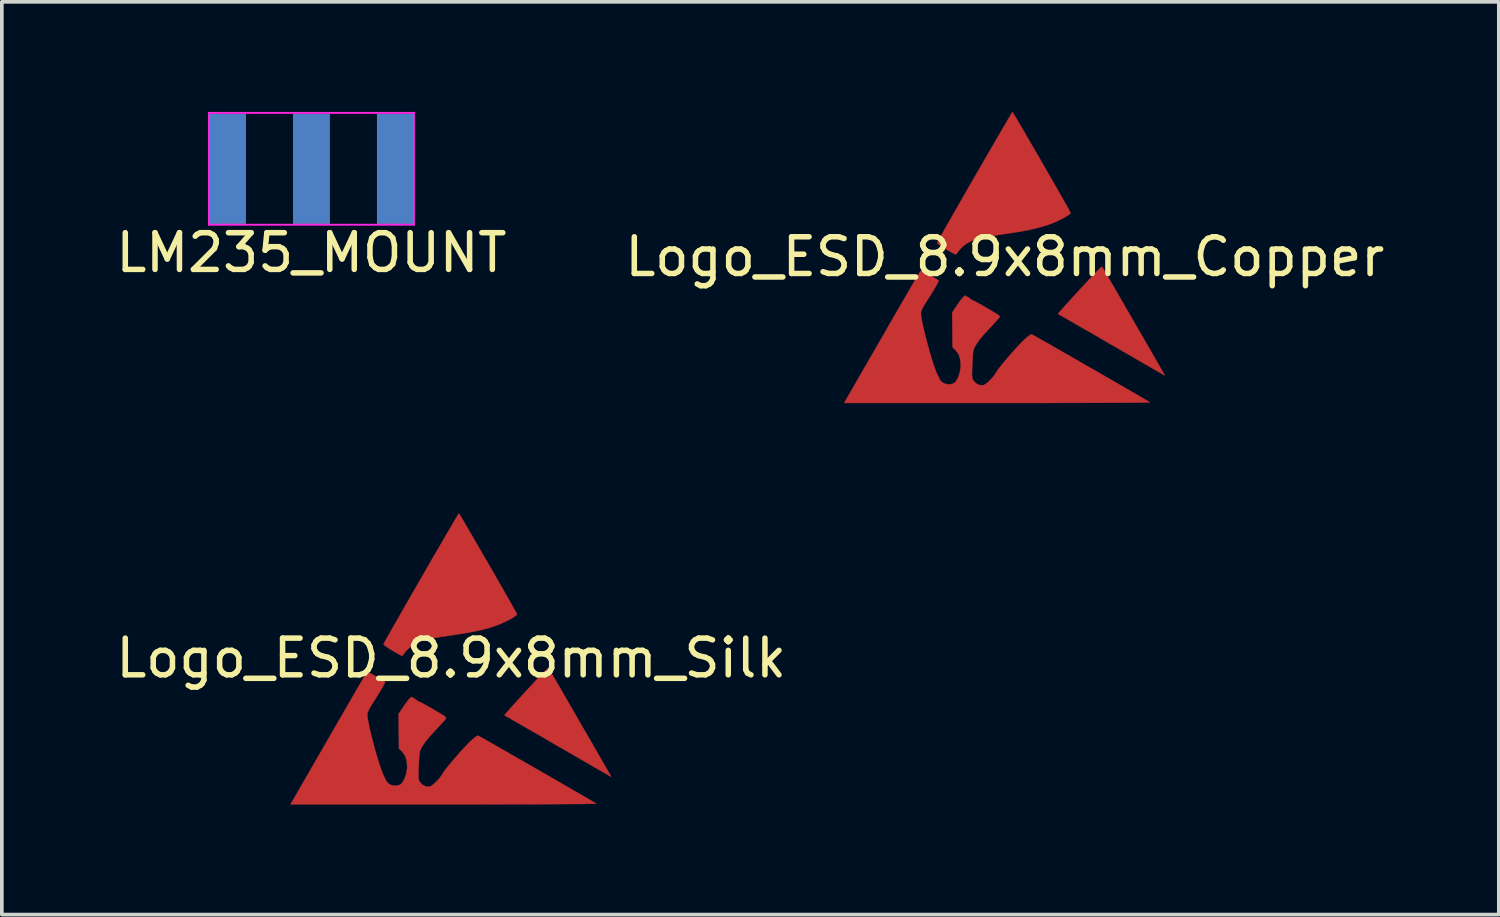
<source format=kicad_pcb>
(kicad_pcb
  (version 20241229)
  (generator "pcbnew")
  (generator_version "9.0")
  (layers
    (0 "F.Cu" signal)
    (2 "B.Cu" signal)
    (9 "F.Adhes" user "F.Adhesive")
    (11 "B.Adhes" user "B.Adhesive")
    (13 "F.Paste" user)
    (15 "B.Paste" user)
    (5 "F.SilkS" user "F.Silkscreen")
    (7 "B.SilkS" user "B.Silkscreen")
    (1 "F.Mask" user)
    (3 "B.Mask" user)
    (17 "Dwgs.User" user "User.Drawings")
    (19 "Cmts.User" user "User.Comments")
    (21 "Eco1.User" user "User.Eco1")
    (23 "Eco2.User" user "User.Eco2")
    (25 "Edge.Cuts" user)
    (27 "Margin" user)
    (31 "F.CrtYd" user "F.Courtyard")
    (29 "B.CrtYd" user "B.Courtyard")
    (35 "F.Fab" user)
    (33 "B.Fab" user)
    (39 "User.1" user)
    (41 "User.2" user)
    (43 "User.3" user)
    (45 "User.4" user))
  (footprint "Logo_ESD_8.9x8mm_Silk"
    (layer "F.Cu")
    (at 9.244 14.881)
    (property "Reference" "Logo_ESD_8.9x8mm_Silk" (at 0 0 0) (layer "F.SilkS") (effects (font (size 1 1) (thickness 0.15))))
    (attr exclude_from_pos_files exclude_from_bom)
    (fp_poly (pts (xy 2.676 0.316) (xy 2.691 0.342) (xy 2.726 0.4) (xy 2.778 0.49) (xy 2.845 0.606) (xy 2.927 0.747) (xy 3.021 0.909) (xy 3.125 1.09) (xy 3.239 1.286) (xy 3.359 1.495) (xy 3.483 1.71) (xy 3.61 1.93) (xy 3.732 2.14) (xy 3.846 2.339) (xy 3.953 2.524) (xy 4.049 2.69) (xy 4.132 2.835) (xy 4.202 2.956) (xy 4.256 3.05) (xy 4.293 3.114) (xy 4.311 3.144) (xy 4.339 3.194) (xy 4.354 3.226) (xy 4.355 3.231) (xy 4.336 3.221) (xy 4.284 3.191) (xy 4.202 3.144) (xy 4.091 3.08) (xy 3.955 3.002) (xy 3.797 2.911) (xy 3.619 2.808) (xy 3.424 2.695) (xy 3.214 2.574) (xy 2.993 2.446) (xy 2.909 2.398) (xy 2.684 2.268) (xy 2.47 2.143) (xy 2.268 2.027) (xy 2.082 1.92) (xy 1.915 1.824) (xy 1.769 1.74) (xy 1.647 1.67) (xy 1.552 1.615) (xy 1.487 1.578) (xy 1.454 1.56) (xy 1.45 1.558) (xy 1.46 1.542) (xy 1.495 1.5) (xy 1.552 1.435) (xy 1.626 1.351) (xy 1.715 1.253) (xy 1.814 1.144) (xy 1.92 1.027) (xy 2.03 0.908) (xy 2.14 0.789) (xy 2.246 0.675) (xy 2.345 0.57) (xy 2.433 0.477) (xy 2.507 0.401) (xy 2.562 0.345) (xy 2.581 0.326) (xy 2.645 0.267) (xy 2.676 0.316)) (stroke (width 0.01) (type solid)) (fill yes) (layer "F.Cu"))
    (fp_poly (pts (xy 0.221 -3.924) (xy 0.252 -3.873) (xy 0.3 -3.794) (xy 0.362 -3.688) (xy 0.438 -3.559) (xy 0.524 -3.412) (xy 0.619 -3.248) (xy 0.721 -3.072) (xy 0.828 -2.887) (xy 0.939 -2.696) (xy 1.05 -2.503) (xy 1.161 -2.311) (xy 1.268 -2.124) (xy 1.371 -1.944) (xy 1.467 -1.776) (xy 1.555 -1.623) (xy 1.631 -1.488) (xy 1.696 -1.374) (xy 1.745 -1.285) (xy 1.778 -1.224) (xy 1.793 -1.195) (xy 1.793 -1.193) (xy 1.775 -1.169) (xy 1.725 -1.131) (xy 1.648 -1.084) (xy 1.552 -1.032) (xy 1.45 -0.982) (xy 1.312 -0.921) (xy 1.167 -0.867) (xy 1.01 -0.817) (xy 0.836 -0.772) (xy 0.639 -0.728) (xy 0.416 -0.686) (xy 0.16 -0.645) (xy -0.104 -0.606) (xy -0.334 -0.571) (xy -0.527 -0.537) (xy -0.688 -0.501) (xy -0.822 -0.463) (xy -0.933 -0.419) (xy -1.027 -0.37) (xy -1.109 -0.312) (xy -1.182 -0.244) (xy -1.206 -0.219) (xy -1.258 -0.16) (xy -1.296 -0.112) (xy -1.313 -0.084) (xy -1.314 -0.082) (xy -1.32 -0.068) (xy -1.341 -0.067) (xy -1.382 -0.083) (xy -1.447 -0.117) (xy -1.541 -0.17) (xy -1.606 -0.208) (xy -1.702 -0.268) (xy -1.778 -0.319) (xy -1.826 -0.358) (xy -1.843 -0.381) (xy -1.843 -0.381) (xy -1.833 -0.403) (xy -1.803 -0.457) (xy -1.756 -0.542) (xy -1.693 -0.653) (xy -1.617 -0.789) (xy -1.528 -0.945) (xy -1.428 -1.119) (xy -1.32 -1.309) (xy -1.205 -1.51) (xy -1.084 -1.72) (xy -0.96 -1.937) (xy -0.833 -2.156) (xy -0.707 -2.376) (xy -0.582 -2.592) (xy -0.46 -2.803) (xy -0.343 -3.004) (xy -0.233 -3.194) (xy -0.131 -3.369) (xy -0.039 -3.527) (xy 0.041 -3.663) (xy 0.107 -3.776) (xy 0.158 -3.861) (xy 0.192 -3.918) (xy 0.208 -3.941) (xy 0.209 -3.941) (xy 0.221 -3.924)) (stroke (width 0.01) (type solid)) (fill yes) (layer "F.Cu"))
    (fp_poly (pts (xy -2.259 0.392) (xy -2.215 0.409) (xy -2.149 0.443) (xy -2.053 0.495) (xy -2.045 0.5) (xy -1.957 0.55) (xy -1.883 0.594) (xy -1.829 0.628) (xy -1.804 0.646) (xy -1.804 0.647) (xy -1.81 0.672) (xy -1.837 0.729) (xy -1.885 0.814) (xy -1.95 0.925) (xy -2.032 1.057) (xy -2.128 1.209) (xy -2.152 1.246) (xy -2.215 1.349) (xy -2.26 1.437) (xy -2.285 1.504) (xy -2.287 1.517) (xy -2.286 1.574) (xy -2.274 1.666) (xy -2.251 1.785) (xy -2.221 1.927) (xy -2.183 2.084) (xy -2.141 2.252) (xy -2.095 2.425) (xy -2.047 2.596) (xy -1.998 2.759) (xy -1.951 2.91) (xy -1.906 3.041) (xy -1.865 3.148) (xy -1.837 3.211) (xy -1.804 3.279) (xy -1.772 3.344) (xy -1.771 3.347) (xy -1.719 3.412) (xy -1.642 3.456) (xy -1.554 3.477) (xy -1.464 3.474) (xy -1.385 3.444) (xy -1.341 3.406) (xy -1.277 3.3) (xy -1.23 3.167) (xy -1.204 3.023) (xy -1.2 2.94) (xy -1.215 2.787) (xy -1.258 2.66) (xy -1.332 2.553) (xy -1.355 2.53) (xy -1.424 2.463) (xy -1.428 1.992) (xy -1.433 1.521) (xy -1.313 1.339) (xy -1.257 1.257) (xy -1.202 1.183) (xy -1.158 1.127) (xy -1.139 1.107) (xy -1.085 1.057) (xy -1.012 1.096) (xy -0.965 1.124) (xy -0.94 1.146) (xy -0.938 1.15) (xy -0.921 1.167) (xy -0.892 1.179) (xy -0.863 1.191) (xy -0.819 1.212) (xy -0.756 1.246) (xy -0.671 1.293) (xy -0.559 1.357) (xy -0.417 1.44) (xy -0.339 1.485) (xy -0.248 1.539) (xy -0.189 1.578) (xy -0.155 1.605) (xy -0.142 1.626) (xy -0.145 1.645) (xy -0.147 1.649) (xy -0.168 1.677) (xy -0.213 1.728) (xy -0.276 1.798) (xy -0.353 1.881) (xy -0.419 1.951) (xy -0.572 2.117) (xy -0.692 2.262) (xy -0.779 2.385) (xy -0.836 2.489) (xy -0.855 2.542) (xy -0.863 2.588) (xy -0.871 2.667) (xy -0.878 2.77) (xy -0.885 2.887) (xy -0.888 2.961) (xy -0.892 3.089) (xy -0.894 3.183) (xy -0.893 3.25) (xy -0.888 3.296) (xy -0.88 3.329) (xy -0.867 3.357) (xy -0.856 3.374) (xy -0.797 3.44) (xy -0.72 3.486) (xy -0.639 3.505) (xy -0.578 3.498) (xy -0.523 3.467) (xy -0.454 3.411) (xy -0.381 3.34) (xy -0.313 3.265) (xy -0.261 3.193) (xy -0.241 3.159) (xy -0.212 3.111) (xy -0.159 3.04) (xy -0.087 2.948) (xy -0.001 2.844) (xy 0.094 2.732) (xy 0.194 2.617) (xy 0.293 2.506) (xy 0.387 2.404) (xy 0.471 2.316) (xy 0.538 2.252) (xy 0.611 2.188) (xy 0.673 2.141) (xy 0.716 2.115) (xy 0.73 2.112) (xy 0.752 2.124) (xy 0.807 2.154) (xy 0.892 2.202) (xy 1.003 2.265) (xy 1.138 2.341) (xy 1.293 2.43) (xy 1.465 2.528) (xy 1.651 2.635) (xy 1.848 2.748) (xy 2.052 2.865) (xy 2.26 2.985) (xy 2.47 3.105) (xy 2.678 3.225) (xy 2.881 3.342) (xy 3.075 3.454) (xy 3.258 3.56) (xy 3.426 3.657) (xy 3.577 3.745) (xy 3.706 3.82) (xy 3.812 3.882) (xy 3.89 3.928) (xy 3.937 3.956) (xy 3.951 3.965) (xy 3.932 3.967) (xy 3.874 3.969) (xy 3.778 3.97) (xy 3.646 3.972) (xy 3.48 3.974) (xy 3.282 3.975) (xy 3.054 3.976) (xy 2.798 3.978) (xy 2.515 3.979) (xy 2.209 3.98) (xy 1.88 3.981) (xy 1.531 3.981) (xy 1.163 3.982) (xy 0.779 3.983) (xy 0.38 3.983) (xy -0.031 3.983) (xy -0.203 3.983) (xy -4.377 3.983) (xy -4.08 3.467) (xy -4.017 3.358) (xy -3.936 3.217) (xy -3.839 3.049) (xy -3.73 2.86) (xy -3.611 2.653) (xy -3.484 2.434) (xy -3.353 2.207) (xy -3.221 1.976) (xy -3.089 1.747) (xy -3.055 1.689) (xy -2.934 1.478) (xy -2.818 1.278) (xy -2.709 1.09) (xy -2.61 0.919) (xy -2.521 0.767) (xy -2.445 0.637) (xy -2.383 0.532) (xy -2.338 0.456) (xy -2.31 0.41) (xy -2.303 0.399) (xy -2.286 0.389) (xy -2.259 0.392)) (stroke (width 0.01) (type solid)) (fill yes) (layer "F.Cu")))
  (footprint "Logo_ESD_8.9x8mm_Copper"
    (layer "F.Cu")
    (at 24.327 3.946)
    (property "Reference" "Logo_ESD_8.9x8mm_Copper" (at 0 0 0) (layer "F.SilkS") (effects (font (size 1 1) (thickness 0.15))))
    (attr exclude_from_pos_files exclude_from_bom)
    (fp_poly (pts (xy 2.676 0.316) (xy 2.691 0.342) (xy 2.726 0.4) (xy 2.778 0.49) (xy 2.845 0.606) (xy 2.927 0.747) (xy 3.021 0.909) (xy 3.125 1.09) (xy 3.239 1.286) (xy 3.359 1.495) (xy 3.483 1.71) (xy 3.61 1.93) (xy 3.732 2.14) (xy 3.846 2.339) (xy 3.953 2.524) (xy 4.049 2.69) (xy 4.132 2.835) (xy 4.202 2.956) (xy 4.256 3.05) (xy 4.293 3.114) (xy 4.311 3.144) (xy 4.339 3.194) (xy 4.354 3.226) (xy 4.355 3.231) (xy 4.336 3.221) (xy 4.284 3.191) (xy 4.202 3.144) (xy 4.091 3.08) (xy 3.955 3.002) (xy 3.797 2.911) (xy 3.619 2.808) (xy 3.424 2.695) (xy 3.214 2.574) (xy 2.993 2.446) (xy 2.909 2.398) (xy 2.684 2.268) (xy 2.47 2.143) (xy 2.268 2.027) (xy 2.082 1.92) (xy 1.915 1.824) (xy 1.769 1.74) (xy 1.647 1.67) (xy 1.552 1.615) (xy 1.487 1.578) (xy 1.454 1.56) (xy 1.45 1.558) (xy 1.46 1.542) (xy 1.495 1.5) (xy 1.552 1.435) (xy 1.626 1.351) (xy 1.715 1.253) (xy 1.814 1.144) (xy 1.92 1.027) (xy 2.03 0.908) (xy 2.14 0.789) (xy 2.246 0.675) (xy 2.345 0.57) (xy 2.433 0.477) (xy 2.507 0.401) (xy 2.562 0.345) (xy 2.581 0.326) (xy 2.645 0.267) (xy 2.676 0.316)) (stroke (width 0.01) (type solid)) (fill yes) (layer "F.Cu"))
    (fp_poly (pts (xy 0.221 -3.924) (xy 0.252 -3.873) (xy 0.3 -3.794) (xy 0.362 -3.688) (xy 0.438 -3.559) (xy 0.524 -3.412) (xy 0.619 -3.248) (xy 0.721 -3.072) (xy 0.828 -2.887) (xy 0.939 -2.696) (xy 1.05 -2.503) (xy 1.161 -2.311) (xy 1.268 -2.124) (xy 1.371 -1.944) (xy 1.467 -1.776) (xy 1.555 -1.623) (xy 1.631 -1.488) (xy 1.696 -1.374) (xy 1.745 -1.285) (xy 1.778 -1.224) (xy 1.793 -1.195) (xy 1.793 -1.193) (xy 1.775 -1.169) (xy 1.725 -1.131) (xy 1.648 -1.084) (xy 1.552 -1.032) (xy 1.45 -0.982) (xy 1.312 -0.921) (xy 1.167 -0.867) (xy 1.01 -0.817) (xy 0.836 -0.772) (xy 0.639 -0.728) (xy 0.416 -0.686) (xy 0.16 -0.645) (xy -0.104 -0.606) (xy -0.334 -0.571) (xy -0.527 -0.537) (xy -0.688 -0.501) (xy -0.822 -0.463) (xy -0.933 -0.419) (xy -1.027 -0.37) (xy -1.109 -0.312) (xy -1.182 -0.244) (xy -1.206 -0.219) (xy -1.258 -0.16) (xy -1.296 -0.112) (xy -1.313 -0.084) (xy -1.314 -0.082) (xy -1.32 -0.068) (xy -1.341 -0.067) (xy -1.382 -0.083) (xy -1.447 -0.117) (xy -1.541 -0.17) (xy -1.606 -0.208) (xy -1.702 -0.268) (xy -1.778 -0.319) (xy -1.826 -0.358) (xy -1.843 -0.381) (xy -1.843 -0.381) (xy -1.833 -0.403) (xy -1.803 -0.457) (xy -1.756 -0.542) (xy -1.693 -0.653) (xy -1.617 -0.789) (xy -1.528 -0.945) (xy -1.428 -1.119) (xy -1.32 -1.309) (xy -1.205 -1.51) (xy -1.084 -1.72) (xy -0.96 -1.937) (xy -0.833 -2.156) (xy -0.707 -2.376) (xy -0.582 -2.592) (xy -0.46 -2.803) (xy -0.343 -3.004) (xy -0.233 -3.194) (xy -0.131 -3.369) (xy -0.039 -3.527) (xy 0.041 -3.663) (xy 0.107 -3.776) (xy 0.158 -3.861) (xy 0.192 -3.918) (xy 0.208 -3.941) (xy 0.209 -3.941) (xy 0.221 -3.924)) (stroke (width 0.01) (type solid)) (fill yes) (layer "F.Cu"))
    (fp_poly (pts (xy -2.259 0.392) (xy -2.215 0.409) (xy -2.149 0.443) (xy -2.053 0.495) (xy -2.045 0.5) (xy -1.957 0.55) (xy -1.883 0.594) (xy -1.829 0.628) (xy -1.804 0.646) (xy -1.804 0.647) (xy -1.81 0.672) (xy -1.837 0.729) (xy -1.885 0.814) (xy -1.95 0.925) (xy -2.032 1.057) (xy -2.128 1.209) (xy -2.152 1.246) (xy -2.215 1.349) (xy -2.26 1.437) (xy -2.285 1.504) (xy -2.287 1.517) (xy -2.286 1.574) (xy -2.274 1.666) (xy -2.251 1.785) (xy -2.221 1.927) (xy -2.183 2.084) (xy -2.141 2.252) (xy -2.095 2.425) (xy -2.047 2.596) (xy -1.998 2.759) (xy -1.951 2.91) (xy -1.906 3.041) (xy -1.865 3.148) (xy -1.837 3.211) (xy -1.804 3.279) (xy -1.772 3.344) (xy -1.771 3.347) (xy -1.719 3.412) (xy -1.642 3.456) (xy -1.554 3.477) (xy -1.464 3.474) (xy -1.385 3.444) (xy -1.341 3.406) (xy -1.277 3.3) (xy -1.23 3.167) (xy -1.204 3.023) (xy -1.2 2.94) (xy -1.215 2.787) (xy -1.258 2.66) (xy -1.332 2.553) (xy -1.355 2.53) (xy -1.424 2.463) (xy -1.428 1.992) (xy -1.433 1.521) (xy -1.313 1.339) (xy -1.257 1.257) (xy -1.202 1.183) (xy -1.158 1.127) (xy -1.139 1.107) (xy -1.085 1.057) (xy -1.012 1.096) (xy -0.965 1.124) (xy -0.94 1.146) (xy -0.938 1.15) (xy -0.921 1.167) (xy -0.892 1.179) (xy -0.863 1.191) (xy -0.819 1.212) (xy -0.756 1.246) (xy -0.671 1.293) (xy -0.559 1.357) (xy -0.417 1.44) (xy -0.339 1.485) (xy -0.248 1.539) (xy -0.189 1.578) (xy -0.155 1.605) (xy -0.142 1.626) (xy -0.145 1.645) (xy -0.147 1.649) (xy -0.168 1.677) (xy -0.213 1.728) (xy -0.276 1.798) (xy -0.353 1.881) (xy -0.419 1.951) (xy -0.572 2.117) (xy -0.692 2.262) (xy -0.779 2.385) (xy -0.836 2.489) (xy -0.855 2.542) (xy -0.863 2.588) (xy -0.871 2.667) (xy -0.878 2.77) (xy -0.885 2.887) (xy -0.888 2.961) (xy -0.892 3.089) (xy -0.894 3.183) (xy -0.893 3.25) (xy -0.888 3.296) (xy -0.88 3.329) (xy -0.867 3.357) (xy -0.856 3.374) (xy -0.797 3.44) (xy -0.72 3.486) (xy -0.639 3.505) (xy -0.578 3.498) (xy -0.523 3.467) (xy -0.454 3.411) (xy -0.381 3.34) (xy -0.313 3.265) (xy -0.261 3.193) (xy -0.241 3.159) (xy -0.212 3.111) (xy -0.159 3.04) (xy -0.087 2.948) (xy -0.001 2.844) (xy 0.094 2.732) (xy 0.194 2.617) (xy 0.293 2.506) (xy 0.387 2.404) (xy 0.471 2.316) (xy 0.538 2.252) (xy 0.611 2.188) (xy 0.673 2.141) (xy 0.716 2.115) (xy 0.73 2.112) (xy 0.752 2.124) (xy 0.807 2.154) (xy 0.892 2.202) (xy 1.003 2.265) (xy 1.138 2.341) (xy 1.293 2.43) (xy 1.465 2.528) (xy 1.651 2.635) (xy 1.848 2.748) (xy 2.052 2.865) (xy 2.26 2.985) (xy 2.47 3.105) (xy 2.678 3.225) (xy 2.881 3.342) (xy 3.075 3.454) (xy 3.258 3.56) (xy 3.426 3.657) (xy 3.577 3.745) (xy 3.706 3.82) (xy 3.812 3.882) (xy 3.89 3.928) (xy 3.937 3.956) (xy 3.951 3.965) (xy 3.932 3.967) (xy 3.874 3.969) (xy 3.778 3.97) (xy 3.646 3.972) (xy 3.48 3.974) (xy 3.282 3.975) (xy 3.054 3.976) (xy 2.798 3.978) (xy 2.515 3.979) (xy 2.209 3.98) (xy 1.88 3.981) (xy 1.531 3.981) (xy 1.163 3.982) (xy 0.779 3.983) (xy 0.38 3.983) (xy -0.031 3.983) (xy -0.203 3.983) (xy -4.377 3.983) (xy -4.08 3.467) (xy -4.017 3.358) (xy -3.936 3.217) (xy -3.839 3.049) (xy -3.73 2.86) (xy -3.611 2.653) (xy -3.484 2.434) (xy -3.353 2.207) (xy -3.221 1.976) (xy -3.089 1.747) (xy -3.055 1.689) (xy -2.934 1.478) (xy -2.818 1.278) (xy -2.709 1.09) (xy -2.61 0.919) (xy -2.521 0.767) (xy -2.445 0.637) (xy -2.383 0.532) (xy -2.338 0.456) (xy -2.31 0.41) (xy -2.303 0.399) (xy -2.286 0.389) (xy -2.259 0.392)) (stroke (width 0.01) (type solid)) (fill yes) (layer "F.Cu")))
  (footprint "LM235_MOUNT"
    (layer "F.Cu")
    (at 5.435 1.549)
    (property "Reference" "LM235_MOUNT" (at 0 2.286 180) (layer "F.SilkS") (effects (font (size 1 1) (thickness 0.15))))
    (attr through_hole)
    (fp_line (start -2.794 -1.524) (end -2.794 1.524) (stroke (width 0.05) (type solid)) (layer "F.CrtYd"))
    (fp_line (start -2.794 -1.524) (end 2.794 -1.524) (stroke (width 0.05) (type solid)) (layer "F.CrtYd"))
    (fp_line (start 2.794 1.524) (end -2.794 1.524) (stroke (width 0.05) (type solid)) (layer "F.CrtYd"))
    (fp_line (start 2.794 1.524) (end 2.794 -1.524) (stroke (width 0.05) (type solid)) (layer "F.CrtYd"))
    (pad "1" smd rect (at 2.286 0) (size 1 3) (layers "F.Cu" "F.Mask" "F.Paste"))
    (pad "1" smd rect (at 2.286 0) (size 1 3) (layers "B.Cu" "B.Mask" "B.Paste"))
    (pad "2" smd rect (at 0 0) (size 1 3) (layers "F.Cu" "F.Mask" "F.Paste"))
    (pad "2" smd rect (at 0 0) (size 1 3) (layers "B.Cu" "B.Mask" "B.Paste"))
    (pad "3" smd rect (at -2.286 0) (size 1 3) (layers "F.Cu" "F.Mask" "F.Paste"))
    (pad "3" smd rect (at -2.286 0) (size 1 3) (layers "B.Cu" "B.Mask" "B.Paste")))
  (gr_rect
    (start -3 -3)
    (end 37.786 21.869)
    (stroke (width 0.1) (type default))
    (fill no)
    (layer "Edge.Cuts")))
</source>
